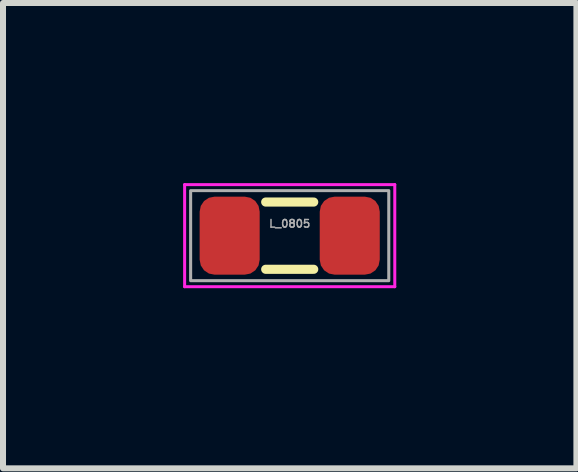
<source format=kicad_pcb>
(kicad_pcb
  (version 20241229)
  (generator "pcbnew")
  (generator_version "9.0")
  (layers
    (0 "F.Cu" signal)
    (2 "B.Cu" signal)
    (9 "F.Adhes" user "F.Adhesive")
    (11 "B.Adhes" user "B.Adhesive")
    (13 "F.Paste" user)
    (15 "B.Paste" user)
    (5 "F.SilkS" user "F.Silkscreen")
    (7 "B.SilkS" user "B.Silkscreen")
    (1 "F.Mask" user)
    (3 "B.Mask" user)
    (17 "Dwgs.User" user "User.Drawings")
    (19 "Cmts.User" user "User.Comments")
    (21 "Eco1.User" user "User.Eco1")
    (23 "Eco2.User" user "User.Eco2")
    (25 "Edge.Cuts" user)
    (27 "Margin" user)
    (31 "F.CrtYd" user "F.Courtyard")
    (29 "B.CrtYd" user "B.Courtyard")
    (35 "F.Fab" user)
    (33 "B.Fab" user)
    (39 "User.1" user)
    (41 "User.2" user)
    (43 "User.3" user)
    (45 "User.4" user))
  (footprint "L_0805"
    (layer "F.Cu")
    (at 1.775 0.875)
    (property "Reference" "L_0805" (at 0 -0.2 0) (layer "F.Fab") (effects (font (size 0.127 0.127) (thickness 0.025))))
    (attr smd)
    (fp_line (start -0.4 -0.56) (end 0.4 -0.56) (stroke (width 0.152) (type solid)) (layer "F.SilkS"))
    (fp_line (start -0.4 0.56) (end 0.4 0.56) (stroke (width 0.152) (type solid)) (layer "F.SilkS"))
    (fp_line (start -1.75 -0.85) (end 1.75 -0.85) (stroke (width 0.05) (type solid)) (layer "F.CrtYd"))
    (fp_line (start -1.75 0.85) (end -1.75 -0.85) (stroke (width 0.05) (type solid)) (layer "F.CrtYd"))
    (fp_line (start 1.75 -0.85) (end 1.75 0.85) (stroke (width 0.05) (type solid)) (layer "F.CrtYd"))
    (fp_line (start 1.75 0.85) (end -1.75 0.85) (stroke (width 0.05) (type solid)) (layer "F.CrtYd"))
    (fp_rect (start -1.65 -0.75) (end 1.65 0.75) (stroke (width 0.051) (type solid)) (fill no) (layer "F.Fab"))
    (pad "1" smd roundrect (at -1 0) (size 1 1.3) (layers "F.Cu" "F.Mask" "F.Paste") (roundrect_rratio 0.25))
    (pad "2" smd roundrect (at 1 0) (size 1 1.3) (layers "F.Cu" "F.Mask" "F.Paste") (roundrect_rratio 0.25)))
  (gr_rect
    (start -3 -3)
    (end 6.55 4.75)
    (stroke (width 0.1) (type default))
    (fill no)
    (layer "Edge.Cuts")))
</source>
